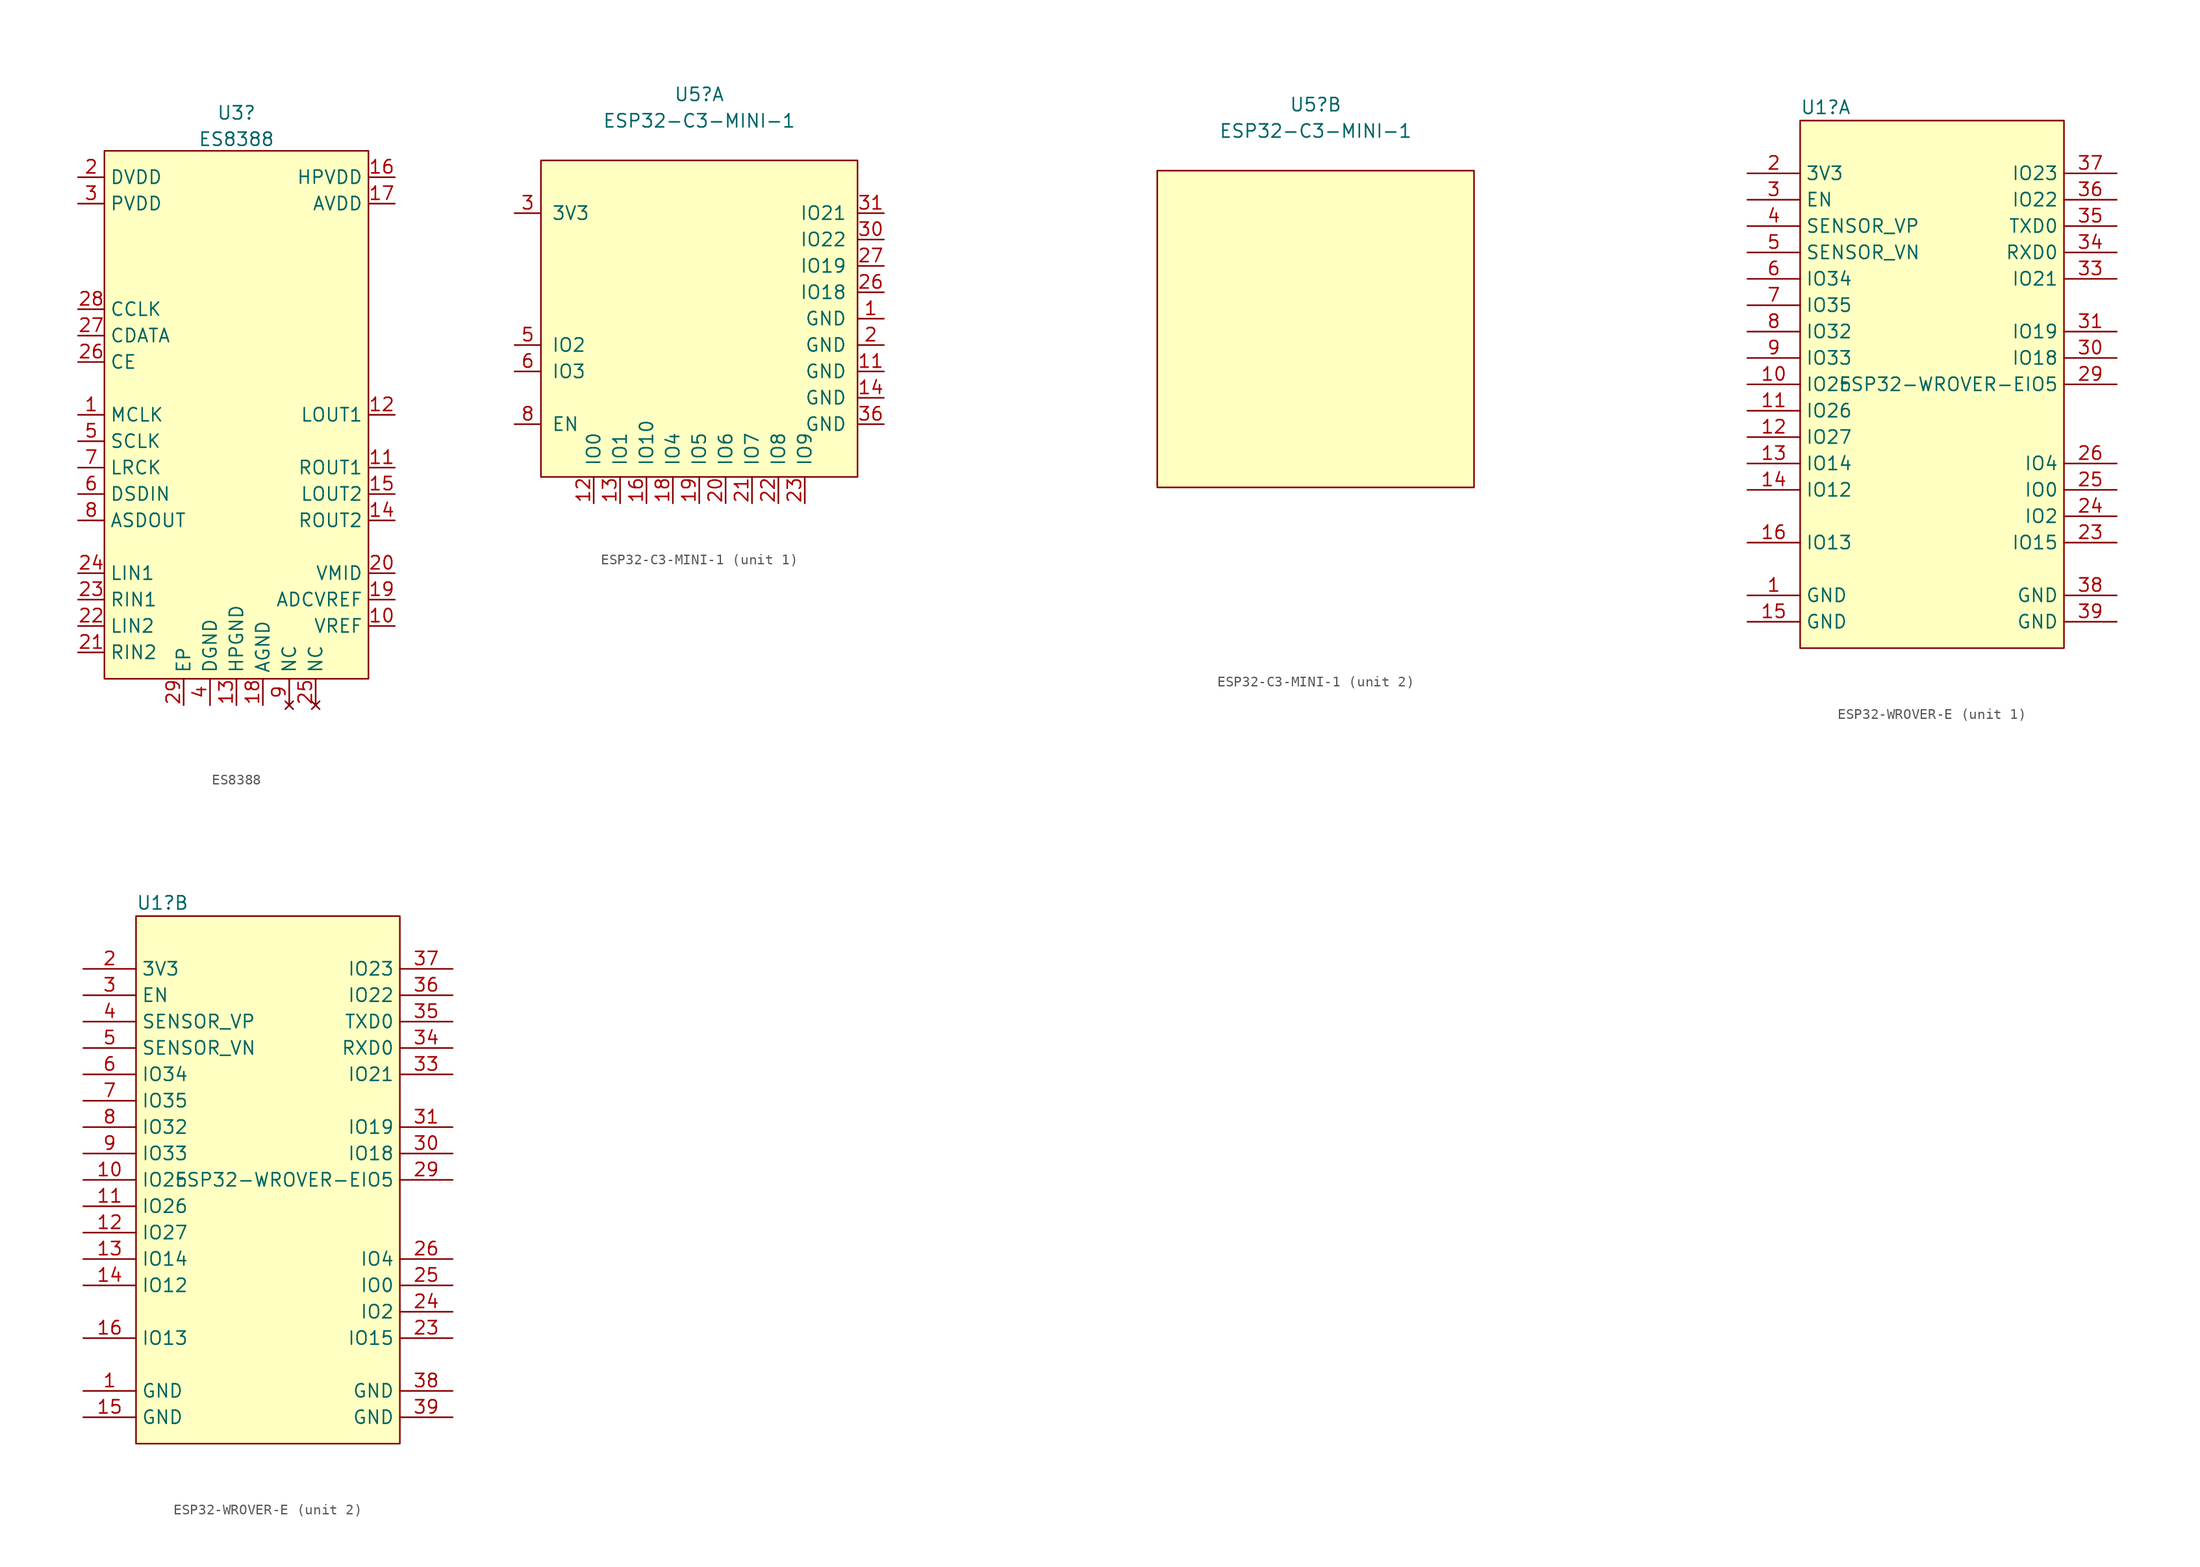
<source format=kicad_sym>
(kicad_symbol_lib
  (version 20211014)
  (generator kicad_symbol_editor)
  (symbol "ES8388"
    (property "Reference" "U3"
      (at 0 29.049 0)
      (effects (font (size 1.27 1.27))))
    (property "Value" "ES8388"
      (at 0 26.512 0)
      (effects (font (size 1.27 1.27))))
    (symbol "ES8388_0_1"
      (rectangle (start -12.7 25.4) (end 12.7 -25.4) (stroke (width 0.152) (type default) (color 0 0 0 0)) (fill (type background))))
    (symbol "ES8388_1_1"
      (pin input line (at -15.24 0 0) (length 2.54) (name "MCLK" (effects (font (size 1.27 1.27)))) (number "1" (effects (font (size 1.27 1.27)))))
      (pin power_out line (at 15.24 -20.32 180) (length 2.54) (name "VREF" (effects (font (size 1.27 1.27)))) (number "10" (effects (font (size 1.27 1.27)))))
      (pin output line (at 15.24 -5.08 180) (length 2.54) (name "ROUT1" (effects (font (size 1.27 1.27)))) (number "11" (effects (font (size 1.27 1.27)))))
      (pin output line (at 15.24 0 180) (length 2.54) (name "LOUT1" (effects (font (size 1.27 1.27)))) (number "12" (effects (font (size 1.27 1.27)))))
      (pin power_in line (at 0 -27.94 90) (length 2.54) (name "HPGND" (effects (font (size 1.27 1.27)))) (number "13" (effects (font (size 1.27 1.27)))))
      (pin output line (at 15.24 -10.16 180) (length 2.54) (name "ROUT2" (effects (font (size 1.27 1.27)))) (number "14" (effects (font (size 1.27 1.27)))))
      (pin output line (at 15.24 -7.62 180) (length 2.54) (name "LOUT2" (effects (font (size 1.27 1.27)))) (number "15" (effects (font (size 1.27 1.27)))))
      (pin power_in line (at 15.24 22.86 180) (length 2.54) (name "HPVDD" (effects (font (size 1.27 1.27)))) (number "16" (effects (font (size 1.27 1.27)))))
      (pin power_in line (at 15.24 20.32 180) (length 2.54) (name "AVDD" (effects (font (size 1.27 1.27)))) (number "17" (effects (font (size 1.27 1.27)))))
      (pin power_in line (at 2.54 -27.94 90) (length 2.54) (name "AGND" (effects (font (size 1.27 1.27)))) (number "18" (effects (font (size 1.27 1.27)))))
      (pin output line (at 15.24 -17.78 180) (length 2.54) (name "ADCVREF" (effects (font (size 1.27 1.27)))) (number "19" (effects (font (size 1.27 1.27)))))
      (pin power_in line (at -15.24 22.86 0) (length 2.54) (name "DVDD" (effects (font (size 1.27 1.27)))) (number "2" (effects (font (size 1.27 1.27)))))
      (pin output line (at 15.24 -15.24 180) (length 2.54) (name "VMID" (effects (font (size 1.27 1.27)))) (number "20" (effects (font (size 1.27 1.27)))))
      (pin input line (at -15.24 -22.86 0) (length 2.54) (name "RIN2" (effects (font (size 1.27 1.27)))) (number "21" (effects (font (size 1.27 1.27)))))
      (pin input line (at -15.24 -20.32 0) (length 2.54) (name "LIN2" (effects (font (size 1.27 1.27)))) (number "22" (effects (font (size 1.27 1.27)))))
      (pin input line (at -15.24 -17.78 0) (length 2.54) (name "RIN1" (effects (font (size 1.27 1.27)))) (number "23" (effects (font (size 1.27 1.27)))))
      (pin input line (at -15.24 -15.24 0) (length 2.54) (name "LIN1" (effects (font (size 1.27 1.27)))) (number "24" (effects (font (size 1.27 1.27)))))
      (pin no_connect line (at 7.62 -27.94 90) (length 2.54) (name "NC" (effects (font (size 1.27 1.27)))) (number "25" (effects (font (size 1.27 1.27)))))
      (pin input line (at -15.24 5.08 0) (length 2.54) (name "CE" (effects (font (size 1.27 1.27)))) (number "26" (effects (font (size 1.27 1.27)))))
      (pin bidirectional line (at -15.24 7.62 0) (length 2.54) (name "CDATA" (effects (font (size 1.27 1.27)))) (number "27" (effects (font (size 1.27 1.27)))))
      (pin input line (at -15.24 10.16 0) (length 2.54) (name "CCLK" (effects (font (size 1.27 1.27)))) (number "28" (effects (font (size 1.27 1.27)))))
      (pin power_in line (at -5.08 -27.94 90) (length 2.54) (name "EP" (effects (font (size 1.27 1.27)))) (number "29" (effects (font (size 1.27 1.27)))))
      (pin power_in line (at -15.24 20.32 0) (length 2.54) (name "PVDD" (effects (font (size 1.27 1.27)))) (number "3" (effects (font (size 1.27 1.27)))))
      (pin power_in line (at -2.54 -27.94 90) (length 2.54) (name "DGND" (effects (font (size 1.27 1.27)))) (number "4" (effects (font (size 1.27 1.27)))))
      (pin bidirectional line (at -15.24 -2.54 0) (length 2.54) (name "SCLK" (effects (font (size 1.27 1.27)))) (number "5" (effects (font (size 1.27 1.27)))))
      (pin input line (at -15.24 -7.62 0) (length 2.54) (name "DSDIN" (effects (font (size 1.27 1.27)))) (number "6" (effects (font (size 1.27 1.27)))))
      (pin bidirectional line (at -15.24 -5.08 0) (length 2.54) (name "LRCK" (effects (font (size 1.27 1.27)))) (number "7" (effects (font (size 1.27 1.27)))))
      (pin output line (at -15.24 -10.16 0) (length 2.54) (name "ASDOUT" (effects (font (size 1.27 1.27)))) (number "8" (effects (font (size 1.27 1.27)))))
      (pin no_connect line (at 5.08 -27.94 90) (length 2.54) (name "NC" (effects (font (size 1.27 1.27)))) (number "9" (effects (font (size 1.27 1.27)))))))
  (symbol "ESP32-C3-MINI-1"
    (pin_names
      (offset 1.016))
    (property "Reference" "U5"
      (at 0 21.59 0)
      (effects (font (size 1.27 1.27))))
    (property "Value" "ESP32-C3-MINI-1"
      (at 0 19.05 0)
      (effects (font (size 1.27 1.27))))
    (property "ki_locked" ""
      (at 0 0 0)
      (effects (font (size 1.27 1.27))))
    (symbol "ESP32-C3-MINI-1_0_1"
      (rectangle (start -15.24 15.24) (end 15.24 -15.24) (stroke (width 0) (type default) (color 0 0 0 0)) (fill (type background))))
    (symbol "ESP32-C3-MINI-1_1_1"
      (pin power_in line (at 17.78 0 180) (length 2.54) (name "GND" (effects (font (size 1.27 1.27)))) (number "1" (effects (font (size 1.27 1.27)))))
      (pin power_in line (at 17.78 -5.08 180) (length 2.54) (name "GND" (effects (font (size 1.27 1.27)))) (number "11" (effects (font (size 1.27 1.27)))))
      (pin bidirectional line (at -10.16 -17.78 90) (length 2.54) (name "IO0" (effects (font (size 1.27 1.27)))) (number "12" (effects (font (size 1.27 1.27)))))
      (pin bidirectional line (at -7.62 -17.78 90) (length 2.54) (name "IO1" (effects (font (size 1.27 1.27)))) (number "13" (effects (font (size 1.27 1.27)))))
      (pin power_in line (at 17.78 -7.62 180) (length 2.54) (name "GND" (effects (font (size 1.27 1.27)))) (number "14" (effects (font (size 1.27 1.27)))))
      (pin bidirectional line (at -5.08 -17.78 90) (length 2.54) (name "IO10" (effects (font (size 1.27 1.27)))) (number "16" (effects (font (size 1.27 1.27)))))
      (pin bidirectional line (at -2.54 -17.78 90) (length 2.54) (name "IO4" (effects (font (size 1.27 1.27)))) (number "18" (effects (font (size 1.27 1.27)))))
      (pin bidirectional line (at 0 -17.78 90) (length 2.54) (name "IO5" (effects (font (size 1.27 1.27)))) (number "19" (effects (font (size 1.27 1.27)))))
      (pin power_in line (at 17.78 -2.54 180) (length 2.54) (name "GND" (effects (font (size 1.27 1.27)))) (number "2" (effects (font (size 1.27 1.27)))))
      (pin bidirectional line (at 2.54 -17.78 90) (length 2.54) (name "IO6" (effects (font (size 1.27 1.27)))) (number "20" (effects (font (size 1.27 1.27)))))
      (pin bidirectional line (at 5.08 -17.78 90) (length 2.54) (name "IO7" (effects (font (size 1.27 1.27)))) (number "21" (effects (font (size 1.27 1.27)))))
      (pin bidirectional line (at 7.62 -17.78 90) (length 2.54) (name "IO8" (effects (font (size 1.27 1.27)))) (number "22" (effects (font (size 1.27 1.27)))))
      (pin bidirectional line (at 10.16 -17.78 90) (length 2.54) (name "IO9" (effects (font (size 1.27 1.27)))) (number "23" (effects (font (size 1.27 1.27)))))
      (pin bidirectional line (at 17.78 2.54 180) (length 2.54) (name "IO18" (effects (font (size 1.27 1.27)))) (number "26" (effects (font (size 1.27 1.27)))))
      (pin bidirectional line (at 17.78 5.08 180) (length 2.54) (name "IO19" (effects (font (size 1.27 1.27)))) (number "27" (effects (font (size 1.27 1.27)))))
      (pin power_in line (at -17.78 10.16 0) (length 2.54) (name "3V3" (effects (font (size 1.27 1.27)))) (number "3" (effects (font (size 1.27 1.27)))))
      (pin bidirectional line (at 17.78 7.62 180) (length 2.54) (name "IO22" (effects (font (size 1.27 1.27)))) (number "30" (effects (font (size 1.27 1.27)))))
      (pin bidirectional line (at 17.78 10.16 180) (length 2.54) (name "IO21" (effects (font (size 1.27 1.27)))) (number "31" (effects (font (size 1.27 1.27)))))
      (pin power_in line (at 17.78 -10.16 180) (length 2.54) (name "GND" (effects (font (size 1.27 1.27)))) (number "36" (effects (font (size 1.27 1.27)))))
      (pin bidirectional line (at -17.78 -2.54 0) (length 2.54) (name "IO2" (effects (font (size 1.27 1.27)))) (number "5" (effects (font (size 1.27 1.27)))))
      (pin bidirectional line (at -17.78 -5.08 0) (length 2.54) (name "IO3" (effects (font (size 1.27 1.27)))) (number "6" (effects (font (size 1.27 1.27)))))
      (pin input line (at -17.78 -10.16 0) (length 2.54) (name "EN" (effects (font (size 1.27 1.27)))) (number "8" (effects (font (size 1.27 1.27))))))
    (symbol "ESP32-C3-MINI-1_2_1"
      (pin no_connect line (at -27.94 -2.54 0) (length 2.54) hide (name "NC" (effects (font (size 1.27 1.27)))) (number "10" (effects (font (size 1.27 1.27)))))
      (pin no_connect line (at -7.62 -27.94 90) (length 2.54) hide (name "NC" (effects (font (size 1.27 1.27)))) (number "15" (effects (font (size 1.27 1.27)))))
      (pin no_connect line (at -2.54 -27.94 90) (length 2.54) hide (name "NC" (effects (font (size 1.27 1.27)))) (number "17" (effects (font (size 1.27 1.27)))))
      (pin no_connect line (at 15.24 -27.94 90) (length 2.54) hide (name "NC" (effects (font (size 1.27 1.27)))) (number "24" (effects (font (size 1.27 1.27)))))
      (pin no_connect line (at 27.94 -5.08 180) (length 2.54) hide (name "NC" (effects (font (size 1.27 1.27)))) (number "25" (effects (font (size 1.27 1.27)))))
      (pin no_connect line (at 27.94 2.54 180) (length 2.54) hide (name "NC" (effects (font (size 1.27 1.27)))) (number "28" (effects (font (size 1.27 1.27)))))
      (pin no_connect line (at 27.94 5.08 180) (length 2.54) hide (name "NC" (effects (font (size 1.27 1.27)))) (number "29" (effects (font (size 1.27 1.27)))))
      (pin no_connect line (at 27.94 12.7 180) (length 2.54) hide (name "NC" (effects (font (size 1.27 1.27)))) (number "32" (effects (font (size 1.27 1.27)))))
      (pin no_connect line (at 27.94 15.24 180) (length 2.54) hide (name "NC" (effects (font (size 1.27 1.27)))) (number "33" (effects (font (size 1.27 1.27)))))
      (pin no_connect line (at 27.94 17.78 180) (length 2.54) hide (name "NC" (effects (font (size 1.27 1.27)))) (number "34" (effects (font (size 1.27 1.27)))))
      (pin no_connect line (at 27.94 20.32 180) (length 2.54) hide (name "NC" (effects (font (size 1.27 1.27)))) (number "35" (effects (font (size 1.27 1.27)))))
      (pin no_connect line (at -27.94 12.7 0) (length 2.54) hide (name "NC" (effects (font (size 1.27 1.27)))) (number "4" (effects (font (size 1.27 1.27)))))
      (pin no_connect line (at -27.94 5.08 0) (length 2.54) hide (name "NC" (effects (font (size 1.27 1.27)))) (number "7" (effects (font (size 1.27 1.27)))))
      (pin no_connect line (at -27.94 0 0) (length 2.54) hide (name "NC" (effects (font (size 1.27 1.27)))) (number "9" (effects (font (size 1.27 1.27)))))))
  (symbol "ESP32-WROVER-E"
    (property "Reference" "U1"
      (at -12.7 26.67 0)
      (effects (font (size 1.27 1.27)) (justify left)))
    (property "Value" "ESP32-WROVER-E"
      (at 0 0 0)
      (effects (font (size 1.27 1.27))))
    (property "ki_locked" ""
      (at 0 0 0)
      (effects (font (size 1.27 1.27))))
    (symbol "ESP32-WROVER-E_0_0"
      (pin power_in line (at -17.78 -20.32 0) (length 5.08) (name "GND" (effects (font (size 1.27 1.27)))) (number "1" (effects (font (size 1.27 1.27)))))
      (pin bidirectional line (at -17.78 0 0) (length 5.08) (name "IO25" (effects (font (size 1.27 1.27)))) (number "10" (effects (font (size 1.27 1.27)))))
      (pin bidirectional line (at -17.78 -2.54 0) (length 5.08) (name "IO26" (effects (font (size 1.27 1.27)))) (number "11" (effects (font (size 1.27 1.27)))))
      (pin bidirectional line (at -17.78 -5.08 0) (length 5.08) (name "IO27" (effects (font (size 1.27 1.27)))) (number "12" (effects (font (size 1.27 1.27)))))
      (pin bidirectional line (at -17.78 -7.62 0) (length 5.08) (name "IO14" (effects (font (size 1.27 1.27)))) (number "13" (effects (font (size 1.27 1.27)))))
      (pin bidirectional line (at -17.78 -10.16 0) (length 5.08) (name "IO12" (effects (font (size 1.27 1.27)))) (number "14" (effects (font (size 1.27 1.27)))))
      (pin power_in line (at -17.78 -22.86 0) (length 5.08) (name "GND" (effects (font (size 1.27 1.27)))) (number "15" (effects (font (size 1.27 1.27)))))
      (pin bidirectional line (at -17.78 -15.24 0) (length 5.08) (name "IO13" (effects (font (size 1.27 1.27)))) (number "16" (effects (font (size 1.27 1.27)))))
      (pin power_in line (at -17.78 20.32 0) (length 5.08) (name "3V3" (effects (font (size 1.27 1.27)))) (number "2" (effects (font (size 1.27 1.27)))))
      (pin bidirectional line (at 17.78 -15.24 180) (length 5.08) (name "IO15" (effects (font (size 1.27 1.27)))) (number "23" (effects (font (size 1.27 1.27)))))
      (pin bidirectional line (at 17.78 -12.7 180) (length 5.08) (name "IO2" (effects (font (size 1.27 1.27)))) (number "24" (effects (font (size 1.27 1.27)))))
      (pin bidirectional line (at 17.78 -10.16 180) (length 5.08) (name "IO0" (effects (font (size 1.27 1.27)))) (number "25" (effects (font (size 1.27 1.27)))))
      (pin bidirectional line (at 17.78 -7.62 180) (length 5.08) (name "IO4" (effects (font (size 1.27 1.27)))) (number "26" (effects (font (size 1.27 1.27)))))
      (pin bidirectional line (at 17.78 0 180) (length 5.08) (name "IO5" (effects (font (size 1.27 1.27)))) (number "29" (effects (font (size 1.27 1.27)))))
      (pin input line (at -17.78 17.78 0) (length 5.08) (name "EN" (effects (font (size 1.27 1.27)))) (number "3" (effects (font (size 1.27 1.27)))))
      (pin bidirectional line (at 17.78 2.54 180) (length 5.08) (name "IO18" (effects (font (size 1.27 1.27)))) (number "30" (effects (font (size 1.27 1.27)))))
      (pin bidirectional line (at 17.78 5.08 180) (length 5.08) (name "IO19" (effects (font (size 1.27 1.27)))) (number "31" (effects (font (size 1.27 1.27)))))
      (pin bidirectional line (at 17.78 10.16 180) (length 5.08) (name "IO21" (effects (font (size 1.27 1.27)))) (number "33" (effects (font (size 1.27 1.27)))))
      (pin bidirectional line (at 17.78 12.7 180) (length 5.08) (name "RXD0" (effects (font (size 1.27 1.27)))) (number "34" (effects (font (size 1.27 1.27)))))
      (pin bidirectional line (at 17.78 15.24 180) (length 5.08) (name "TXD0" (effects (font (size 1.27 1.27)))) (number "35" (effects (font (size 1.27 1.27)))))
      (pin bidirectional line (at 17.78 17.78 180) (length 5.08) (name "IO22" (effects (font (size 1.27 1.27)))) (number "36" (effects (font (size 1.27 1.27)))))
      (pin bidirectional line (at 17.78 20.32 180) (length 5.08) (name "IO23" (effects (font (size 1.27 1.27)))) (number "37" (effects (font (size 1.27 1.27)))))
      (pin power_in line (at 17.78 -20.32 180) (length 5.08) (name "GND" (effects (font (size 1.27 1.27)))) (number "38" (effects (font (size 1.27 1.27)))))
      (pin power_in line (at 17.78 -22.86 180) (length 5.08) (name "GND" (effects (font (size 1.27 1.27)))) (number "39" (effects (font (size 1.27 1.27)))))
      (pin input line (at -17.78 15.24 0) (length 5.08) (name "SENSOR_VP" (effects (font (size 1.27 1.27)))) (number "4" (effects (font (size 1.27 1.27)))))
      (pin input line (at -17.78 12.7 0) (length 5.08) (name "SENSOR_VN" (effects (font (size 1.27 1.27)))) (number "5" (effects (font (size 1.27 1.27)))))
      (pin bidirectional line (at -17.78 10.16 0) (length 5.08) (name "IO34" (effects (font (size 1.27 1.27)))) (number "6" (effects (font (size 1.27 1.27)))))
      (pin bidirectional line (at -17.78 7.62 0) (length 5.08) (name "IO35" (effects (font (size 1.27 1.27)))) (number "7" (effects (font (size 1.27 1.27)))))
      (pin bidirectional line (at -17.78 5.08 0) (length 5.08) (name "IO32" (effects (font (size 1.27 1.27)))) (number "8" (effects (font (size 1.27 1.27)))))
      (pin bidirectional line (at -17.78 2.54 0) (length 5.08) (name "IO33" (effects (font (size 1.27 1.27)))) (number "9" (effects (font (size 1.27 1.27))))))
    (symbol "ESP32-WROVER-E_0_1"
      (rectangle (start -12.7 25.4) (end 12.7 -25.4) (stroke (width 0.152) (type default) (color 0 0 0 0)) (fill (type background))))
    (symbol "ESP32-WROVER-E_2_0"
      (pin no_connect line (at -17.78 -17.78 0) (length 5.08) hide (name "SD2" (effects (font (size 1.27 1.27)))) (number "17" (effects (font (size 1.27 1.27)))))
      (pin no_connect line (at -17.78 -20.32 0) (length 5.08) hide (name "SD3" (effects (font (size 1.27 1.27)))) (number "18" (effects (font (size 1.27 1.27)))))
      (pin no_connect line (at -17.78 -22.86 0) (length 5.08) hide (name "CMD" (effects (font (size 1.27 1.27)))) (number "19" (effects (font (size 1.27 1.27)))))
      (pin no_connect line (at 17.78 -22.86 180) (length 5.08) hide (name "CLK" (effects (font (size 1.27 1.27)))) (number "20" (effects (font (size 1.27 1.27)))))
      (pin no_connect line (at 17.78 -20.32 180) (length 5.08) hide (name "SD0" (effects (font (size 1.27 1.27)))) (number "21" (effects (font (size 1.27 1.27)))))
      (pin no_connect line (at 17.78 -17.78 180) (length 5.08) hide (name "SD1" (effects (font (size 1.27 1.27)))) (number "22" (effects (font (size 1.27 1.27)))))
      (pin no_connect line (at 17.78 -5.08 180) (length 5.08) hide (name "NC" (effects (font (size 1.27 1.27)))) (number "27" (effects (font (size 1.27 1.27)))))
      (pin no_connect line (at 17.78 -2.54 180) (length 5.08) hide (name "NC" (effects (font (size 1.27 1.27)))) (number "28" (effects (font (size 1.27 1.27)))))
      (pin no_connect line (at 17.78 7.62 180) (length 5.08) hide (name "NC" (effects (font (size 1.27 1.27)))) (number "32" (effects (font (size 1.27 1.27))))))))
</source>
